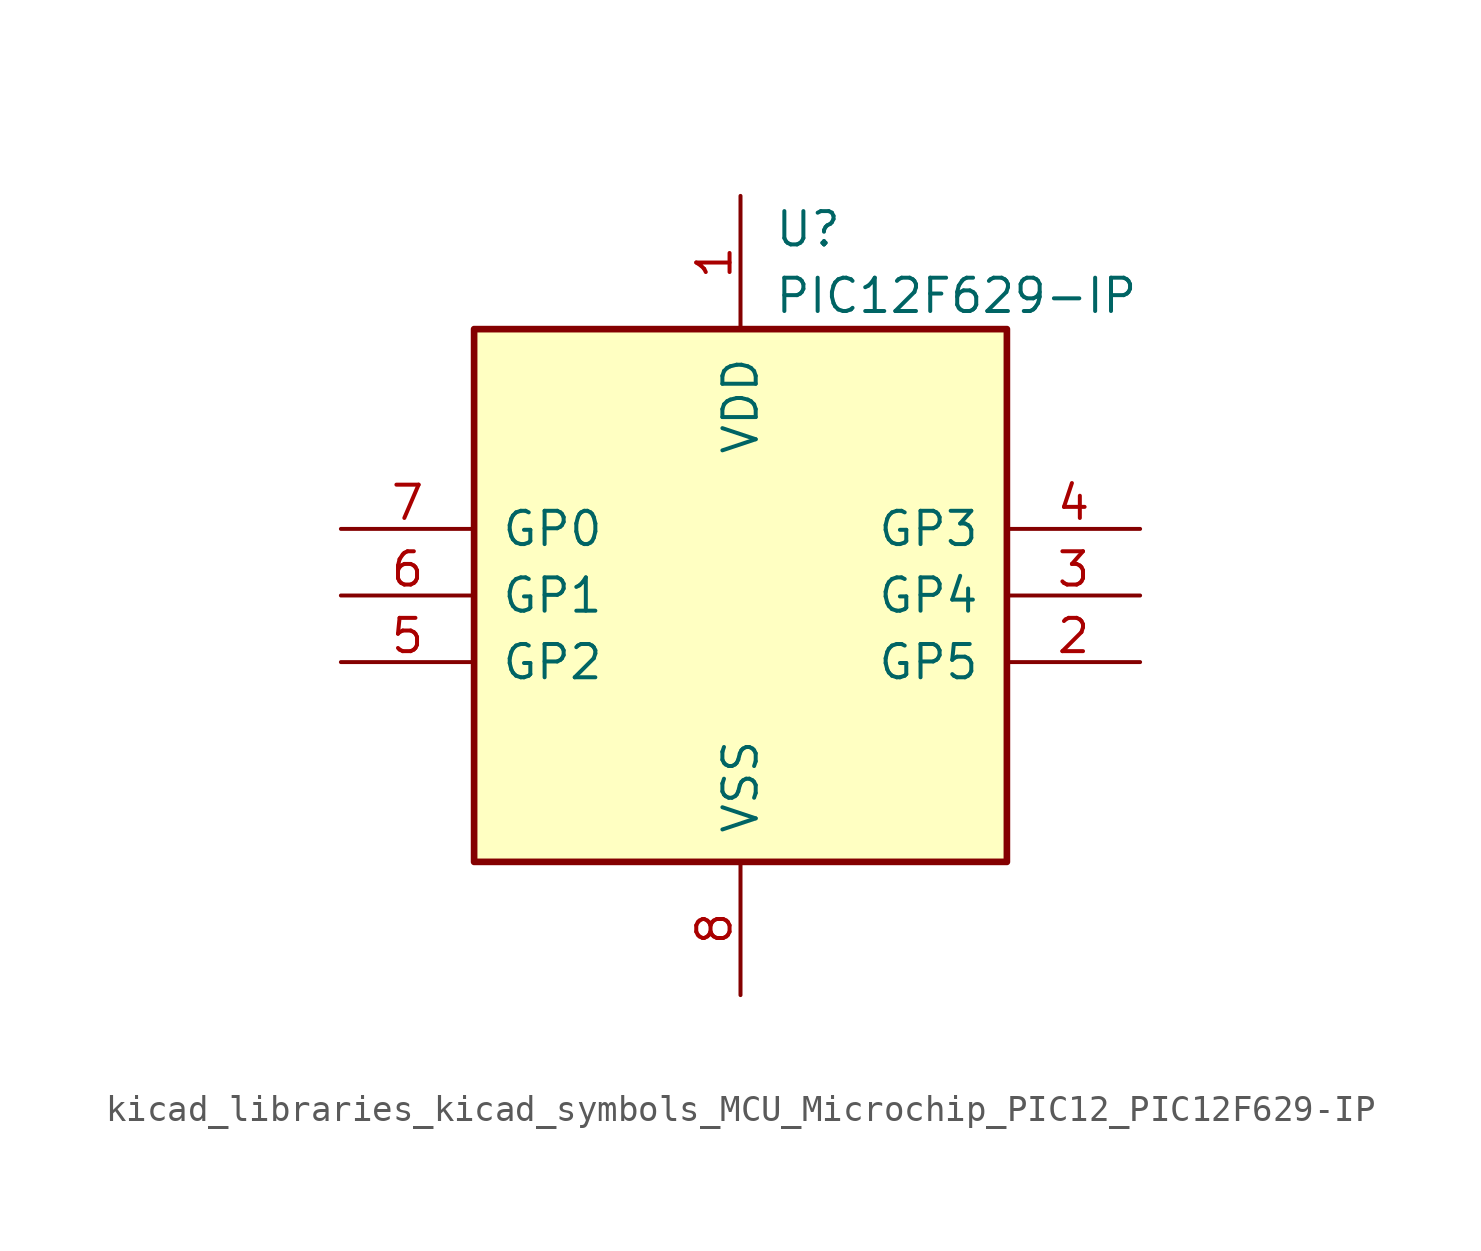
<source format=kicad_sym>
(kicad_symbol_lib
  (version 20220914)
  (generator kicad_symbol_editor)
  (symbol "kicad_libraries_kicad_symbols_MCU_Microchip_PIC12_PIC12F629-IP"
    (pin_names
      (offset 1.016))
    (property "Reference" "U"
      (at 1.27 13.97 0)
      (effects (font (size 1.27 1.27)) (justify left)))
    (property "Value" "PIC12F629-IP"
      (at 1.27 11.43 0)
      (effects (font (size 1.27 1.27)) (justify left)))
    (symbol "kicad_libraries_kicad_symbols_MCU_Microchip_PIC12_PIC12F629-IP_0_1"
      (rectangle (start 10.16 -10.16) (end -10.16 10.16) (stroke (width 0.254) (type default)) (fill (type background))))
    (symbol "kicad_libraries_kicad_symbols_MCU_Microchip_PIC12_PIC12F629-IP_1_1"
      (pin power_in line (at 0 15.24 270) (length 5.08) (name "VDD" (effects (font (size 1.27 1.27)))) (number "1" (effects (font (size 1.27 1.27)))))
      (pin bidirectional line (at 15.24 -2.54 180) (length 5.08) (name "GP5" (effects (font (size 1.27 1.27)))) (number "2" (effects (font (size 1.27 1.27)))))
      (pin bidirectional line (at 15.24 0 180) (length 5.08) (name "GP4" (effects (font (size 1.27 1.27)))) (number "3" (effects (font (size 1.27 1.27)))))
      (pin input line (at 15.24 2.54 180) (length 5.08) (name "GP3" (effects (font (size 1.27 1.27)))) (number "4" (effects (font (size 1.27 1.27)))))
      (pin bidirectional line (at -15.24 -2.54 0) (length 5.08) (name "GP2" (effects (font (size 1.27 1.27)))) (number "5" (effects (font (size 1.27 1.27)))))
      (pin bidirectional line (at -15.24 0 0) (length 5.08) (name "GP1" (effects (font (size 1.27 1.27)))) (number "6" (effects (font (size 1.27 1.27)))))
      (pin bidirectional line (at -15.24 2.54 0) (length 5.08) (name "GP0" (effects (font (size 1.27 1.27)))) (number "7" (effects (font (size 1.27 1.27)))))
      (pin power_in line (at 0 -15.24 90) (length 5.08) (name "VSS" (effects (font (size 1.27 1.27)))) (number "8" (effects (font (size 1.27 1.27))))))))
</source>
